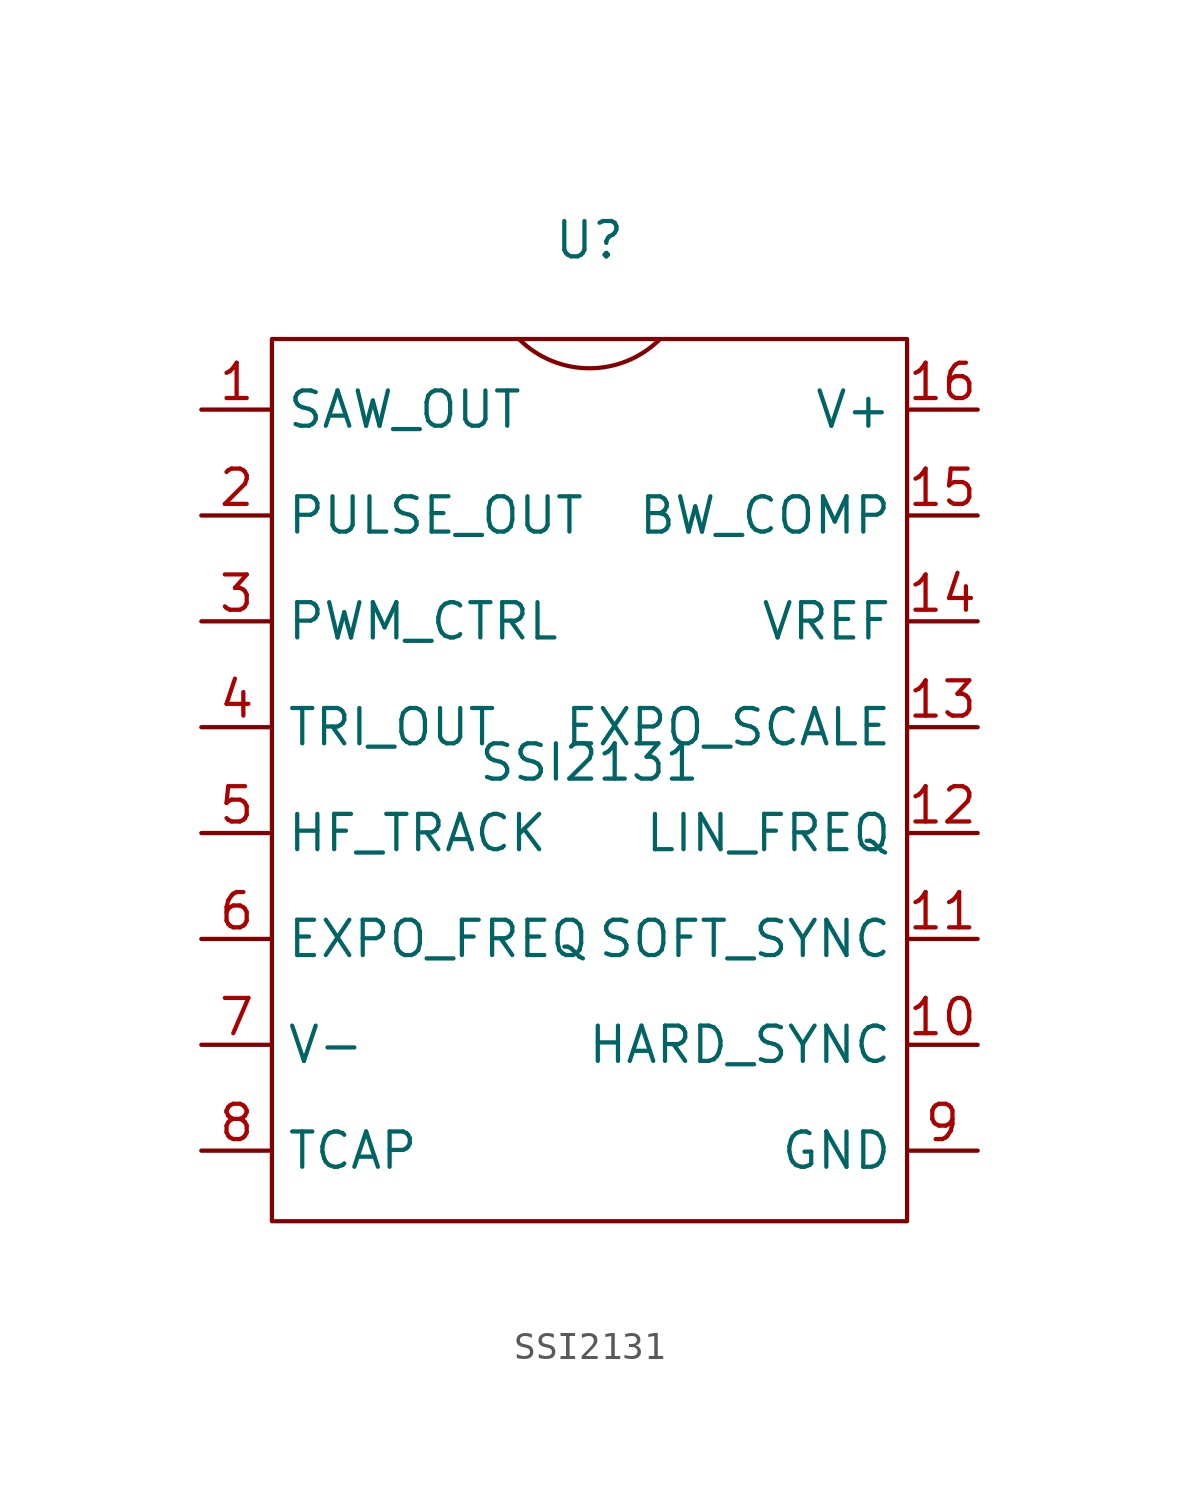
<source format=kicad_sym>
(kicad_symbol_lib
  (version 20241209)
  (generator "kicad_symbol_editor")
  (generator_version "9.0")
  (symbol "SSI2131"
    (property "Reference" "U"
      (at 0 18.796 0)
      (effects (font (size 1.27 1.27))))
    (property "Value" "SSI2131"
      (at 0 0 0)
      (effects (font (size 1.27 1.27))))
    (symbol "SSI2131_0_1"
      (rectangle (start -11.43 15.24) (end 11.43 -16.51) (stroke (width 0) (type default)) (fill (type none)))
      (arc (start 2.54 15.24) (mid 0 14.1879) (end -2.54 15.24) (stroke (width 0) (type default)) (fill (type none))))
    (symbol "SSI2131_1_1"
      (pin output line (at -13.97 12.7 0) (length 2.54) (name "SAW_OUT" (effects (font (size 1.27 1.27)))) (number "1" (effects (font (size 1.27 1.27)))))
      (pin output line (at -13.97 8.89 0) (length 2.54) (name "PULSE_OUT" (effects (font (size 1.27 1.27)))) (number "2" (effects (font (size 1.27 1.27)))))
      (pin input line (at -13.97 5.08 0) (length 2.54) (name "PWM_CTRL" (effects (font (size 1.27 1.27)))) (number "3" (effects (font (size 1.27 1.27)))))
      (pin output line (at -13.97 1.27 0) (length 2.54) (name "TRI_OUT" (effects (font (size 1.27 1.27)))) (number "4" (effects (font (size 1.27 1.27)))))
      (pin input line (at -13.97 -2.54 0) (length 2.54) (name "HF_TRACK" (effects (font (size 1.27 1.27)))) (number "5" (effects (font (size 1.27 1.27)))))
      (pin input line (at -13.97 -6.35 0) (length 2.54) (name "EXPO_FREQ" (effects (font (size 1.27 1.27)))) (number "6" (effects (font (size 1.27 1.27)))))
      (pin power_in line (at -13.97 -10.16 0) (length 2.54) (name "V-" (effects (font (size 1.27 1.27)))) (number "7" (effects (font (size 1.27 1.27)))))
      (pin input line (at -13.97 -13.97 0) (length 2.54) (name "TCAP" (effects (font (size 1.27 1.27)))) (number "8" (effects (font (size 1.27 1.27)))))
      (pin power_in line (at 13.97 12.7 180) (length 2.54) (name "V+" (effects (font (size 1.27 1.27)))) (number "16" (effects (font (size 1.27 1.27)))))
      (pin input line (at 13.97 8.89 180) (length 2.54) (name "BW_COMP" (effects (font (size 1.27 1.27)))) (number "15" (effects (font (size 1.27 1.27)))))
      (pin input line (at 13.97 5.08 180) (length 2.54) (name "VREF" (effects (font (size 1.27 1.27)))) (number "14" (effects (font (size 1.27 1.27)))))
      (pin input line (at 13.97 1.27 180) (length 2.54) (name "EXPO_SCALE" (effects (font (size 1.27 1.27)))) (number "13" (effects (font (size 1.27 1.27)))))
      (pin input line (at 13.97 -2.54 180) (length 2.54) (name "LIN_FREQ" (effects (font (size 1.27 1.27)))) (number "12" (effects (font (size 1.27 1.27)))))
      (pin input line (at 13.97 -6.35 180) (length 2.54) (name "SOFT_SYNC" (effects (font (size 1.27 1.27)))) (number "11" (effects (font (size 1.27 1.27)))))
      (pin input line (at 13.97 -10.16 180) (length 2.54) (name "HARD_SYNC" (effects (font (size 1.27 1.27)))) (number "10" (effects (font (size 1.27 1.27)))))
      (pin power_in line (at 13.97 -13.97 180) (length 2.54) (name "GND" (effects (font (size 1.27 1.27)))) (number "9" (effects (font (size 1.27 1.27))))))))
</source>
